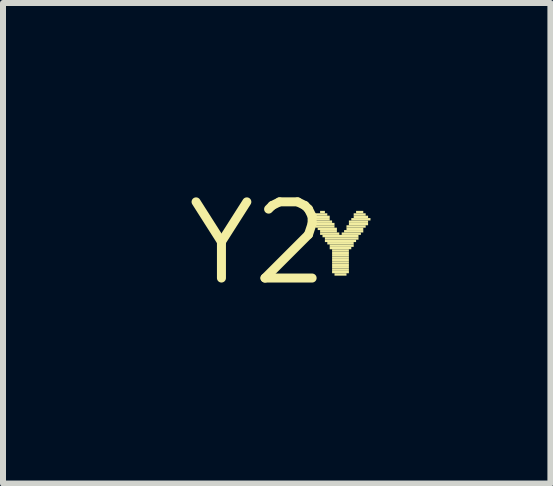
<source format=kicad_pcb>
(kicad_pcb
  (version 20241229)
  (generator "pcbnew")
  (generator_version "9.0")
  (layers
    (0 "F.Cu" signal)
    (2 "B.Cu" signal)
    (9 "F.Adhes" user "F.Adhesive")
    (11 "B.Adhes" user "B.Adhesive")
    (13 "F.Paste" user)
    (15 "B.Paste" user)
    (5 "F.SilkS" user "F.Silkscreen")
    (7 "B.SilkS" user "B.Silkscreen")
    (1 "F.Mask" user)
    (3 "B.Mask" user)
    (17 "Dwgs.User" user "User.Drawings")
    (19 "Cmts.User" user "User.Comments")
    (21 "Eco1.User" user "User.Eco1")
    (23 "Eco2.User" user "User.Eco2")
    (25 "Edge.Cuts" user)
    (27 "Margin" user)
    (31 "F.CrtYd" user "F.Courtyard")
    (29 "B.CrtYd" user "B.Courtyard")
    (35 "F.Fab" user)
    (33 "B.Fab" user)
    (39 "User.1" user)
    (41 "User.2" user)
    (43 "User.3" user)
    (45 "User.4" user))
  (footprint "Y2"
    (layer "F.Cu")
    (at 1.247 1.006)
    (property "Reference" "Y2" (at 0 0 0) (layer "F.SilkS") (effects (font (size 1.27 1.27) (thickness 0.15))))
    (fp_poly (pts (xy 0.92 -0.42) (xy 1.2 -0.42) (xy 1.2 -0.46) (xy 0.92 -0.46)) (stroke (width 0) (type default)) (fill yes) (layer "F.SilkS"))
    (fp_poly (pts (xy 0.92 -0.38) (xy 1.2 -0.38) (xy 1.2 -0.42) (xy 0.92 -0.42)) (stroke (width 0) (type default)) (fill yes) (layer "F.SilkS"))
    (fp_poly (pts (xy 0.92 -0.34) (xy 1.24 -0.34) (xy 1.24 -0.38) (xy 0.92 -0.38)) (stroke (width 0) (type default)) (fill yes) (layer "F.SilkS"))
    (fp_poly (pts (xy 0.96 -0.46) (xy 1.16 -0.46) (xy 1.16 -0.5) (xy 0.96 -0.5)) (stroke (width 0) (type default)) (fill yes) (layer "F.SilkS"))
    (fp_poly (pts (xy 0.96 -0.3) (xy 1.28 -0.3) (xy 1.28 -0.34) (xy 0.96 -0.34)) (stroke (width 0) (type default)) (fill yes) (layer "F.SilkS"))
    (fp_poly (pts (xy 0.96 -0.26) (xy 1.28 -0.26) (xy 1.28 -0.3) (xy 0.96 -0.3)) (stroke (width 0) (type default)) (fill yes) (layer "F.SilkS"))
    (fp_poly (pts (xy 1 -0.22) (xy 1.32 -0.22) (xy 1.32 -0.26) (xy 1 -0.26)) (stroke (width 0) (type default)) (fill yes) (layer "F.SilkS"))
    (fp_poly (pts (xy 1.04 -0.5) (xy 1.12 -0.5) (xy 1.12 -0.54) (xy 1.04 -0.54)) (stroke (width 0) (type default)) (fill yes) (layer "F.SilkS"))
    (fp_poly (pts (xy 1.04 -0.18) (xy 1.32 -0.18) (xy 1.32 -0.22) (xy 1.04 -0.22)) (stroke (width 0) (type default)) (fill yes) (layer "F.SilkS"))
    (fp_poly (pts (xy 1.04 -0.14) (xy 1.36 -0.14) (xy 1.36 -0.18) (xy 1.04 -0.18)) (stroke (width 0) (type default)) (fill yes) (layer "F.SilkS"))
    (fp_poly (pts (xy 1.08 -0.1) (xy 1.68 -0.1) (xy 1.68 -0.14) (xy 1.08 -0.14)) (stroke (width 0) (type default)) (fill yes) (layer "F.SilkS"))
    (fp_poly (pts (xy 1.12 -0.06) (xy 1.68 -0.06) (xy 1.68 -0.1) (xy 1.12 -0.1)) (stroke (width 0) (type default)) (fill yes) (layer "F.SilkS"))
    (fp_poly (pts (xy 1.12 -0.02) (xy 1.64 -0.02) (xy 1.64 -0.06) (xy 1.12 -0.06)) (stroke (width 0) (type default)) (fill yes) (layer "F.SilkS"))
    (fp_poly (pts (xy 1.16 0.02) (xy 1.6 0.02) (xy 1.6 -0.02) (xy 1.16 -0.02)) (stroke (width 0) (type default)) (fill yes) (layer "F.SilkS"))
    (fp_poly (pts (xy 1.2 0.06) (xy 1.6 0.06) (xy 1.6 0.02) (xy 1.2 0.02)) (stroke (width 0) (type default)) (fill yes) (layer "F.SilkS"))
    (fp_poly (pts (xy 1.2 0.1) (xy 1.56 0.1) (xy 1.56 0.06) (xy 1.2 0.06)) (stroke (width 0) (type default)) (fill yes) (layer "F.SilkS"))
    (fp_poly (pts (xy 1.24 0.14) (xy 1.52 0.14) (xy 1.52 0.1) (xy 1.24 0.1)) (stroke (width 0) (type default)) (fill yes) (layer "F.SilkS"))
    (fp_poly (pts (xy 1.24 0.18) (xy 1.52 0.18) (xy 1.52 0.14) (xy 1.24 0.14)) (stroke (width 0) (type default)) (fill yes) (layer "F.SilkS"))
    (fp_poly (pts (xy 1.24 0.22) (xy 1.52 0.22) (xy 1.52 0.18) (xy 1.24 0.18)) (stroke (width 0) (type default)) (fill yes) (layer "F.SilkS"))
    (fp_poly (pts (xy 1.24 0.26) (xy 1.52 0.26) (xy 1.52 0.22) (xy 1.24 0.22)) (stroke (width 0) (type default)) (fill yes) (layer "F.SilkS"))
    (fp_poly (pts (xy 1.24 0.3) (xy 1.52 0.3) (xy 1.52 0.26) (xy 1.24 0.26)) (stroke (width 0) (type default)) (fill yes) (layer "F.SilkS"))
    (fp_poly (pts (xy 1.24 0.34) (xy 1.52 0.34) (xy 1.52 0.3) (xy 1.24 0.3)) (stroke (width 0) (type default)) (fill yes) (layer "F.SilkS"))
    (fp_poly (pts (xy 1.24 0.38) (xy 1.52 0.38) (xy 1.52 0.34) (xy 1.24 0.34)) (stroke (width 0) (type default)) (fill yes) (layer "F.SilkS"))
    (fp_poly (pts (xy 1.24 0.42) (xy 1.52 0.42) (xy 1.52 0.38) (xy 1.24 0.38)) (stroke (width 0) (type default)) (fill yes) (layer "F.SilkS"))
    (fp_poly (pts (xy 1.24 0.46) (xy 1.52 0.46) (xy 1.52 0.42) (xy 1.24 0.42)) (stroke (width 0) (type default)) (fill yes) (layer "F.SilkS"))
    (fp_poly (pts (xy 1.24 0.5) (xy 1.52 0.5) (xy 1.52 0.46) (xy 1.24 0.46)) (stroke (width 0) (type default)) (fill yes) (layer "F.SilkS"))
    (fp_poly (pts (xy 1.28 0.54) (xy 1.48 0.54) (xy 1.48 0.5) (xy 1.28 0.5)) (stroke (width 0) (type default)) (fill yes) (layer "F.SilkS"))
    (fp_poly (pts (xy 1.4 -0.14) (xy 1.72 -0.14) (xy 1.72 -0.18) (xy 1.4 -0.18)) (stroke (width 0) (type default)) (fill yes) (layer "F.SilkS"))
    (fp_poly (pts (xy 1.44 -0.18) (xy 1.76 -0.18) (xy 1.76 -0.22) (xy 1.44 -0.22)) (stroke (width 0) (type default)) (fill yes) (layer "F.SilkS"))
    (fp_poly (pts (xy 1.48 -0.26) (xy 1.8 -0.26) (xy 1.8 -0.3) (xy 1.48 -0.3)) (stroke (width 0) (type default)) (fill yes) (layer "F.SilkS"))
    (fp_poly (pts (xy 1.48 -0.22) (xy 1.76 -0.22) (xy 1.76 -0.26) (xy 1.48 -0.26)) (stroke (width 0) (type default)) (fill yes) (layer "F.SilkS"))
    (fp_poly (pts (xy 1.52 -0.34) (xy 1.84 -0.34) (xy 1.84 -0.38) (xy 1.52 -0.38)) (stroke (width 0) (type default)) (fill yes) (layer "F.SilkS"))
    (fp_poly (pts (xy 1.52 -0.3) (xy 1.84 -0.3) (xy 1.84 -0.34) (xy 1.52 -0.34)) (stroke (width 0) (type default)) (fill yes) (layer "F.SilkS"))
    (fp_poly (pts (xy 1.56 -0.38) (xy 1.88 -0.38) (xy 1.88 -0.42) (xy 1.56 -0.42)) (stroke (width 0) (type default)) (fill yes) (layer "F.SilkS"))
    (fp_poly (pts (xy 1.6 -0.46) (xy 1.8 -0.46) (xy 1.8 -0.5) (xy 1.6 -0.5)) (stroke (width 0) (type default)) (fill yes) (layer "F.SilkS"))
    (fp_poly (pts (xy 1.6 -0.42) (xy 1.84 -0.42) (xy 1.84 -0.46) (xy 1.6 -0.46)) (stroke (width 0) (type default)) (fill yes) (layer "F.SilkS"))
    (fp_poly (pts (xy 1.64 -0.5) (xy 1.76 -0.5) (xy 1.76 -0.54) (xy 1.64 -0.54)) (stroke (width 0) (type default)) (fill yes) (layer "F.SilkS")))
  (gr_rect
    (start -3 -3)
    (end 6.127 5.012)
    (stroke (width 0.1) (type default))
    (fill no)
    (layer "Edge.Cuts")))
</source>
